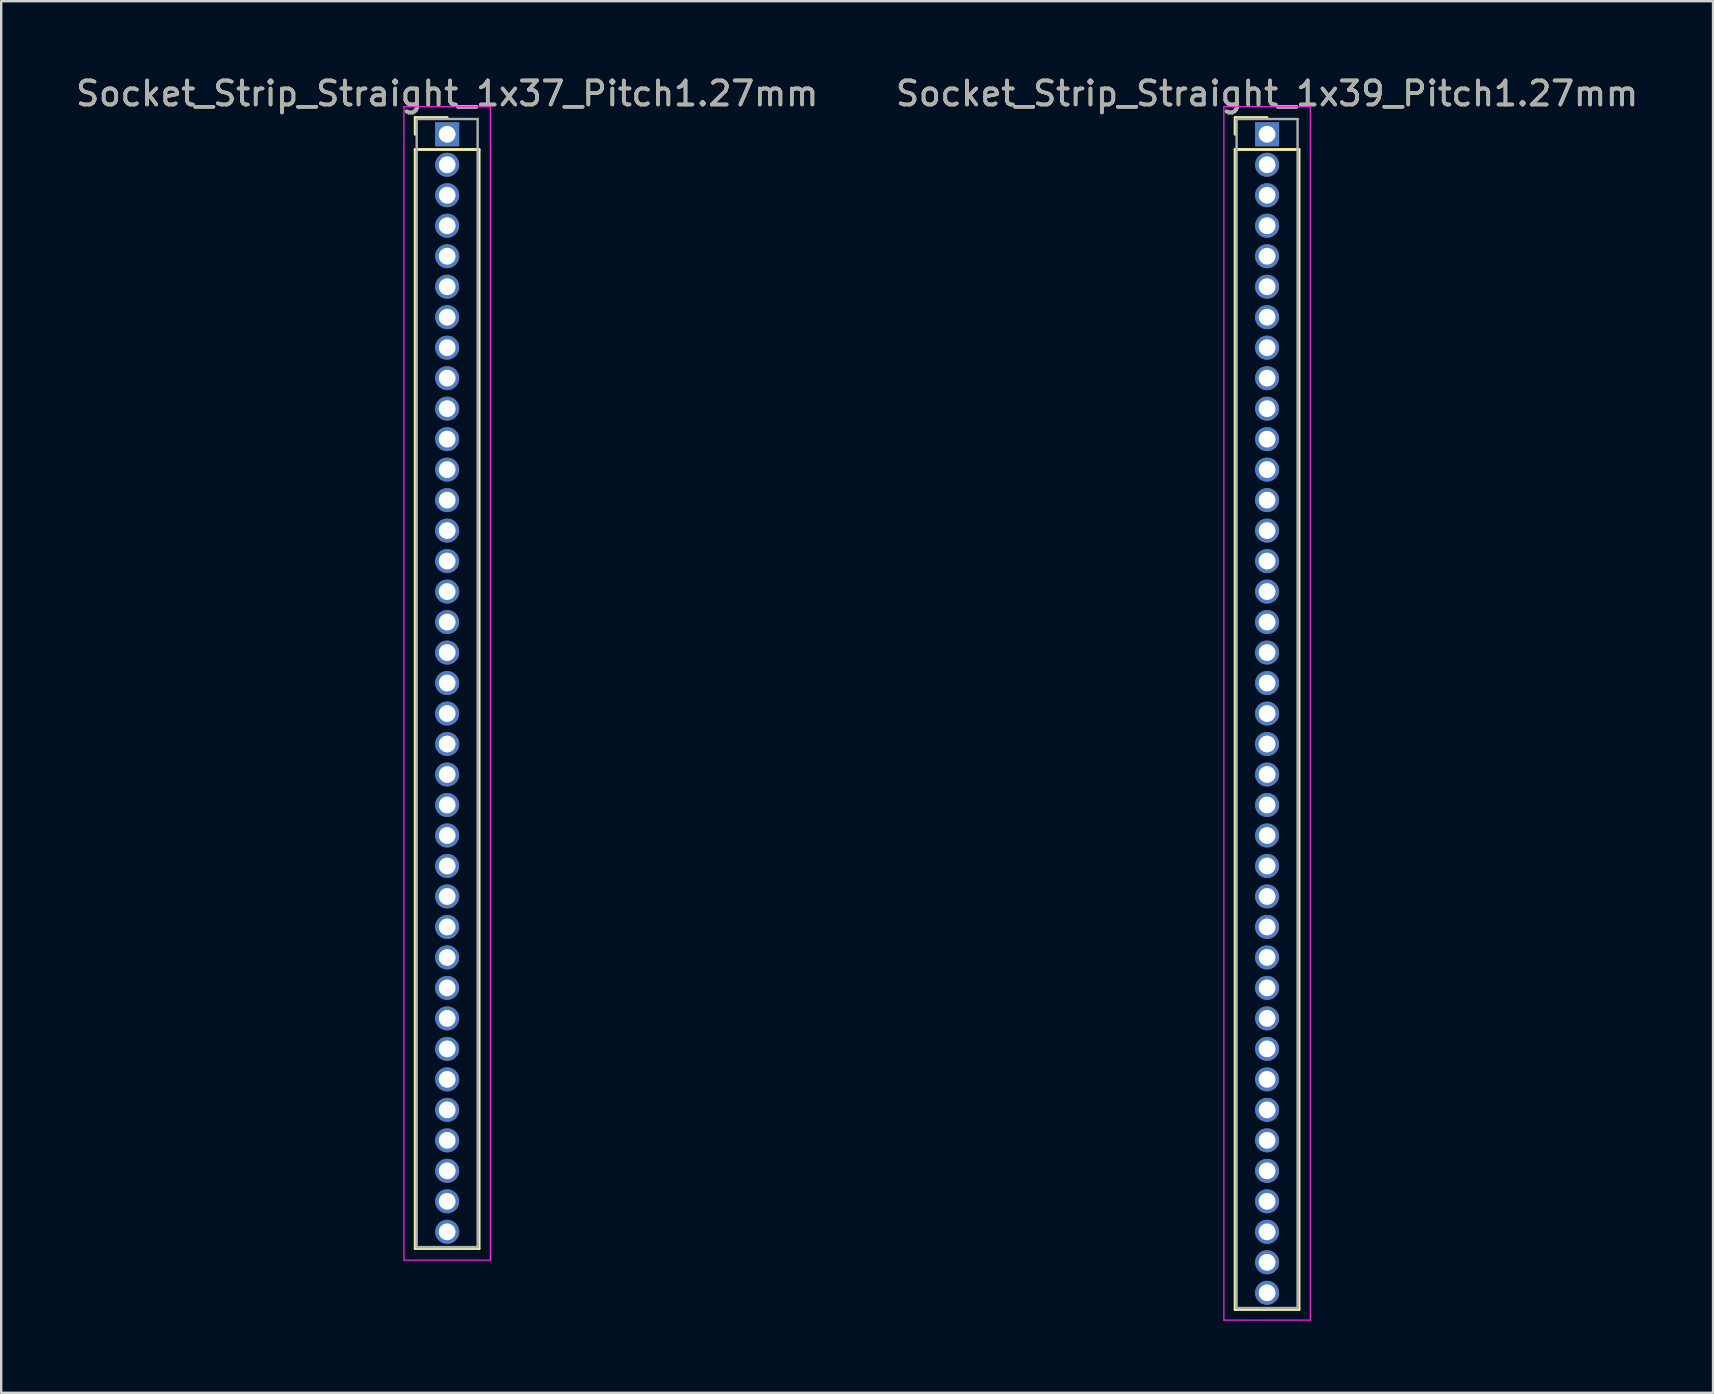
<source format=kicad_pcb>
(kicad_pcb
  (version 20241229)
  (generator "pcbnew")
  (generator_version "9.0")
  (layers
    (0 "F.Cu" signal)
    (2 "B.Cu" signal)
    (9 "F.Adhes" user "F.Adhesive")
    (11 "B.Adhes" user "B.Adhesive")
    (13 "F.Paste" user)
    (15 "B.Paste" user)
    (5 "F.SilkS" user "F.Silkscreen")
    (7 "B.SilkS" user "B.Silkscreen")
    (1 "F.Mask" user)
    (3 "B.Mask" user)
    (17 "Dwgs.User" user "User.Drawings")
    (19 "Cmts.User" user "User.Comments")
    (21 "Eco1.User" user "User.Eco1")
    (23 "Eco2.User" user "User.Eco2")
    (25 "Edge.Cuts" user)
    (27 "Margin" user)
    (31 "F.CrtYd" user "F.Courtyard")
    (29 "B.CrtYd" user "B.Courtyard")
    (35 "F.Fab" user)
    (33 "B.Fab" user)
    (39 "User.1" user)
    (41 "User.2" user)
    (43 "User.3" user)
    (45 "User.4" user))
  (footprint "Socket_Strip_Straight_1x37_Pitch1.27mm"
    (layer "F.Cu")
    (at 15.577 2.543)
    (property "Reference" "Socket_Strip_Straight_1x37_Pitch1.27mm" (at 0 -1.695 0) (layer "F.SilkS") (effects (font (size 1 1) (thickness 0.15))))
    (attr through_hole)
    (fp_line (start -1.33 -0.695) (end 0 -0.695) (stroke (width 0.12) (type solid)) (layer "F.SilkS"))
    (fp_line (start -1.33 0) (end -1.33 -0.695) (stroke (width 0.12) (type solid)) (layer "F.SilkS"))
    (fp_line (start -1.33 0.635) (end -1.33 46.415) (stroke (width 0.12) (type solid)) (layer "F.SilkS"))
    (fp_line (start -1.33 46.415) (end 1.33 46.415) (stroke (width 0.12) (type solid)) (layer "F.SilkS"))
    (fp_line (start 1.33 0.635) (end -1.33 0.635) (stroke (width 0.12) (type solid)) (layer "F.SilkS"))
    (fp_line (start 1.33 46.415) (end 1.33 0.635) (stroke (width 0.12) (type solid)) (layer "F.SilkS"))
    (fp_line (start -1.8 -1.15) (end -1.8 46.9) (stroke (width 0.05) (type solid)) (layer "F.CrtYd"))
    (fp_line (start -1.8 46.9) (end 1.8 46.9) (stroke (width 0.05) (type solid)) (layer "F.CrtYd"))
    (fp_line (start 1.8 -1.15) (end -1.8 -1.15) (stroke (width 0.05) (type solid)) (layer "F.CrtYd"))
    (fp_line (start 1.8 46.9) (end 1.8 -1.15) (stroke (width 0.05) (type solid)) (layer "F.CrtYd"))
    (fp_line (start -1.27 -0.635) (end -1.27 46.355) (stroke (width 0.1) (type solid)) (layer "F.Fab"))
    (fp_line (start -1.27 46.355) (end 1.27 46.355) (stroke (width 0.1) (type solid)) (layer "F.Fab"))
    (fp_line (start 1.27 -0.635) (end -1.27 -0.635) (stroke (width 0.1) (type solid)) (layer "F.Fab"))
    (fp_line (start 1.27 46.355) (end 1.27 -0.635) (stroke (width 0.1) (type solid)) (layer "F.Fab"))
    (fp_text user "${REFERENCE}" (at 0 -1.695 0) (layer "F.Fab") (effects (font (size 1 1) (thickness 0.15))))
    (pad "1" thru_hole rect (at 0 0) (size 1 1) (drill 0.7) (layers "*.Cu" "*.Mask"))
    (pad "2" thru_hole oval (at 0 1.27) (size 1 1) (drill 0.7) (layers "*.Cu" "*.Mask"))
    (pad "3" thru_hole oval (at 0 2.54) (size 1 1) (drill 0.7) (layers "*.Cu" "*.Mask"))
    (pad "4" thru_hole oval (at 0 3.81) (size 1 1) (drill 0.7) (layers "*.Cu" "*.Mask"))
    (pad "5" thru_hole oval (at 0 5.08) (size 1 1) (drill 0.7) (layers "*.Cu" "*.Mask"))
    (pad "6" thru_hole oval (at 0 6.35) (size 1 1) (drill 0.7) (layers "*.Cu" "*.Mask"))
    (pad "7" thru_hole oval (at 0 7.62) (size 1 1) (drill 0.7) (layers "*.Cu" "*.Mask"))
    (pad "8" thru_hole oval (at 0 8.89) (size 1 1) (drill 0.7) (layers "*.Cu" "*.Mask"))
    (pad "9" thru_hole oval (at 0 10.16) (size 1 1) (drill 0.7) (layers "*.Cu" "*.Mask"))
    (pad "10" thru_hole oval (at 0 11.43) (size 1 1) (drill 0.7) (layers "*.Cu" "*.Mask"))
    (pad "11" thru_hole oval (at 0 12.7) (size 1 1) (drill 0.7) (layers "*.Cu" "*.Mask"))
    (pad "12" thru_hole oval (at 0 13.97) (size 1 1) (drill 0.7) (layers "*.Cu" "*.Mask"))
    (pad "13" thru_hole oval (at 0 15.24) (size 1 1) (drill 0.7) (layers "*.Cu" "*.Mask"))
    (pad "14" thru_hole oval (at 0 16.51) (size 1 1) (drill 0.7) (layers "*.Cu" "*.Mask"))
    (pad "15" thru_hole oval (at 0 17.78) (size 1 1) (drill 0.7) (layers "*.Cu" "*.Mask"))
    (pad "16" thru_hole oval (at 0 19.05) (size 1 1) (drill 0.7) (layers "*.Cu" "*.Mask"))
    (pad "17" thru_hole oval (at 0 20.32) (size 1 1) (drill 0.7) (layers "*.Cu" "*.Mask"))
    (pad "18" thru_hole oval (at 0 21.59) (size 1 1) (drill 0.7) (layers "*.Cu" "*.Mask"))
    (pad "19" thru_hole oval (at 0 22.86) (size 1 1) (drill 0.7) (layers "*.Cu" "*.Mask"))
    (pad "20" thru_hole oval (at 0 24.13) (size 1 1) (drill 0.7) (layers "*.Cu" "*.Mask"))
    (pad "21" thru_hole oval (at 0 25.4) (size 1 1) (drill 0.7) (layers "*.Cu" "*.Mask"))
    (pad "22" thru_hole oval (at 0 26.67) (size 1 1) (drill 0.7) (layers "*.Cu" "*.Mask"))
    (pad "23" thru_hole oval (at 0 27.94) (size 1 1) (drill 0.7) (layers "*.Cu" "*.Mask"))
    (pad "24" thru_hole oval (at 0 29.21) (size 1 1) (drill 0.7) (layers "*.Cu" "*.Mask"))
    (pad "25" thru_hole oval (at 0 30.48) (size 1 1) (drill 0.7) (layers "*.Cu" "*.Mask"))
    (pad "26" thru_hole oval (at 0 31.75) (size 1 1) (drill 0.7) (layers "*.Cu" "*.Mask"))
    (pad "27" thru_hole oval (at 0 33.02) (size 1 1) (drill 0.7) (layers "*.Cu" "*.Mask"))
    (pad "28" thru_hole oval (at 0 34.29) (size 1 1) (drill 0.7) (layers "*.Cu" "*.Mask"))
    (pad "29" thru_hole oval (at 0 35.56) (size 1 1) (drill 0.7) (layers "*.Cu" "*.Mask"))
    (pad "30" thru_hole oval (at 0 36.83) (size 1 1) (drill 0.7) (layers "*.Cu" "*.Mask"))
    (pad "31" thru_hole oval (at 0 38.1) (size 1 1) (drill 0.7) (layers "*.Cu" "*.Mask"))
    (pad "32" thru_hole oval (at 0 39.37) (size 1 1) (drill 0.7) (layers "*.Cu" "*.Mask"))
    (pad "33" thru_hole oval (at 0 40.64) (size 1 1) (drill 0.7) (layers "*.Cu" "*.Mask"))
    (pad "34" thru_hole oval (at 0 41.91) (size 1 1) (drill 0.7) (layers "*.Cu" "*.Mask"))
    (pad "35" thru_hole oval (at 0 43.18) (size 1 1) (drill 0.7) (layers "*.Cu" "*.Mask"))
    (pad "36" thru_hole oval (at 0 44.45) (size 1 1) (drill 0.7) (layers "*.Cu" "*.Mask"))
    (pad "37" thru_hole oval (at 0 45.72) (size 1 1) (drill 0.7) (layers "*.Cu" "*.Mask")))
  (footprint "Socket_Strip_Straight_1x39_Pitch1.27mm"
    (layer "F.Cu")
    (at 49.732 2.543)
    (property "Reference" "Socket_Strip_Straight_1x39_Pitch1.27mm" (at 0 -1.695 0) (layer "F.SilkS") (effects (font (size 1 1) (thickness 0.15))))
    (attr through_hole)
    (fp_line (start -1.33 -0.695) (end 0 -0.695) (stroke (width 0.12) (type solid)) (layer "F.SilkS"))
    (fp_line (start -1.33 0) (end -1.33 -0.695) (stroke (width 0.12) (type solid)) (layer "F.SilkS"))
    (fp_line (start -1.33 0.635) (end -1.33 48.955) (stroke (width 0.12) (type solid)) (layer "F.SilkS"))
    (fp_line (start -1.33 48.955) (end 1.33 48.955) (stroke (width 0.12) (type solid)) (layer "F.SilkS"))
    (fp_line (start 1.33 0.635) (end -1.33 0.635) (stroke (width 0.12) (type solid)) (layer "F.SilkS"))
    (fp_line (start 1.33 48.955) (end 1.33 0.635) (stroke (width 0.12) (type solid)) (layer "F.SilkS"))
    (fp_line (start -1.8 -1.15) (end -1.8 49.4) (stroke (width 0.05) (type solid)) (layer "F.CrtYd"))
    (fp_line (start -1.8 49.4) (end 1.8 49.4) (stroke (width 0.05) (type solid)) (layer "F.CrtYd"))
    (fp_line (start 1.8 -1.15) (end -1.8 -1.15) (stroke (width 0.05) (type solid)) (layer "F.CrtYd"))
    (fp_line (start 1.8 49.4) (end 1.8 -1.15) (stroke (width 0.05) (type solid)) (layer "F.CrtYd"))
    (fp_line (start -1.27 -0.635) (end -1.27 48.895) (stroke (width 0.1) (type solid)) (layer "F.Fab"))
    (fp_line (start -1.27 48.895) (end 1.27 48.895) (stroke (width 0.1) (type solid)) (layer "F.Fab"))
    (fp_line (start 1.27 -0.635) (end -1.27 -0.635) (stroke (width 0.1) (type solid)) (layer "F.Fab"))
    (fp_line (start 1.27 48.895) (end 1.27 -0.635) (stroke (width 0.1) (type solid)) (layer "F.Fab"))
    (fp_text user "${REFERENCE}" (at 0 -1.695 0) (layer "F.Fab") (effects (font (size 1 1) (thickness 0.15))))
    (pad "1" thru_hole rect (at 0 0) (size 1 1) (drill 0.7) (layers "*.Cu" "*.Mask"))
    (pad "2" thru_hole oval (at 0 1.27) (size 1 1) (drill 0.7) (layers "*.Cu" "*.Mask"))
    (pad "3" thru_hole oval (at 0 2.54) (size 1 1) (drill 0.7) (layers "*.Cu" "*.Mask"))
    (pad "4" thru_hole oval (at 0 3.81) (size 1 1) (drill 0.7) (layers "*.Cu" "*.Mask"))
    (pad "5" thru_hole oval (at 0 5.08) (size 1 1) (drill 0.7) (layers "*.Cu" "*.Mask"))
    (pad "6" thru_hole oval (at 0 6.35) (size 1 1) (drill 0.7) (layers "*.Cu" "*.Mask"))
    (pad "7" thru_hole oval (at 0 7.62) (size 1 1) (drill 0.7) (layers "*.Cu" "*.Mask"))
    (pad "8" thru_hole oval (at 0 8.89) (size 1 1) (drill 0.7) (layers "*.Cu" "*.Mask"))
    (pad "9" thru_hole oval (at 0 10.16) (size 1 1) (drill 0.7) (layers "*.Cu" "*.Mask"))
    (pad "10" thru_hole oval (at 0 11.43) (size 1 1) (drill 0.7) (layers "*.Cu" "*.Mask"))
    (pad "11" thru_hole oval (at 0 12.7) (size 1 1) (drill 0.7) (layers "*.Cu" "*.Mask"))
    (pad "12" thru_hole oval (at 0 13.97) (size 1 1) (drill 0.7) (layers "*.Cu" "*.Mask"))
    (pad "13" thru_hole oval (at 0 15.24) (size 1 1) (drill 0.7) (layers "*.Cu" "*.Mask"))
    (pad "14" thru_hole oval (at 0 16.51) (size 1 1) (drill 0.7) (layers "*.Cu" "*.Mask"))
    (pad "15" thru_hole oval (at 0 17.78) (size 1 1) (drill 0.7) (layers "*.Cu" "*.Mask"))
    (pad "16" thru_hole oval (at 0 19.05) (size 1 1) (drill 0.7) (layers "*.Cu" "*.Mask"))
    (pad "17" thru_hole oval (at 0 20.32) (size 1 1) (drill 0.7) (layers "*.Cu" "*.Mask"))
    (pad "18" thru_hole oval (at 0 21.59) (size 1 1) (drill 0.7) (layers "*.Cu" "*.Mask"))
    (pad "19" thru_hole oval (at 0 22.86) (size 1 1) (drill 0.7) (layers "*.Cu" "*.Mask"))
    (pad "20" thru_hole oval (at 0 24.13) (size 1 1) (drill 0.7) (layers "*.Cu" "*.Mask"))
    (pad "21" thru_hole oval (at 0 25.4) (size 1 1) (drill 0.7) (layers "*.Cu" "*.Mask"))
    (pad "22" thru_hole oval (at 0 26.67) (size 1 1) (drill 0.7) (layers "*.Cu" "*.Mask"))
    (pad "23" thru_hole oval (at 0 27.94) (size 1 1) (drill 0.7) (layers "*.Cu" "*.Mask"))
    (pad "24" thru_hole oval (at 0 29.21) (size 1 1) (drill 0.7) (layers "*.Cu" "*.Mask"))
    (pad "25" thru_hole oval (at 0 30.48) (size 1 1) (drill 0.7) (layers "*.Cu" "*.Mask"))
    (pad "26" thru_hole oval (at 0 31.75) (size 1 1) (drill 0.7) (layers "*.Cu" "*.Mask"))
    (pad "27" thru_hole oval (at 0 33.02) (size 1 1) (drill 0.7) (layers "*.Cu" "*.Mask"))
    (pad "28" thru_hole oval (at 0 34.29) (size 1 1) (drill 0.7) (layers "*.Cu" "*.Mask"))
    (pad "29" thru_hole oval (at 0 35.56) (size 1 1) (drill 0.7) (layers "*.Cu" "*.Mask"))
    (pad "30" thru_hole oval (at 0 36.83) (size 1 1) (drill 0.7) (layers "*.Cu" "*.Mask"))
    (pad "31" thru_hole oval (at 0 38.1) (size 1 1) (drill 0.7) (layers "*.Cu" "*.Mask"))
    (pad "32" thru_hole oval (at 0 39.37) (size 1 1) (drill 0.7) (layers "*.Cu" "*.Mask"))
    (pad "33" thru_hole oval (at 0 40.64) (size 1 1) (drill 0.7) (layers "*.Cu" "*.Mask"))
    (pad "34" thru_hole oval (at 0 41.91) (size 1 1) (drill 0.7) (layers "*.Cu" "*.Mask"))
    (pad "35" thru_hole oval (at 0 43.18) (size 1 1) (drill 0.7) (layers "*.Cu" "*.Mask"))
    (pad "36" thru_hole oval (at 0 44.45) (size 1 1) (drill 0.7) (layers "*.Cu" "*.Mask"))
    (pad "37" thru_hole oval (at 0 45.72) (size 1 1) (drill 0.7) (layers "*.Cu" "*.Mask"))
    (pad "38" thru_hole oval (at 0 46.99) (size 1 1) (drill 0.7) (layers "*.Cu" "*.Mask"))
    (pad "39" thru_hole oval (at 0 48.26) (size 1 1) (drill 0.7) (layers "*.Cu" "*.Mask")))
  (gr_rect
    (start -3 -3)
    (end 68.31 54.968)
    (stroke (width 0.1) (type default))
    (fill no)
    (layer "Edge.Cuts")))
</source>
